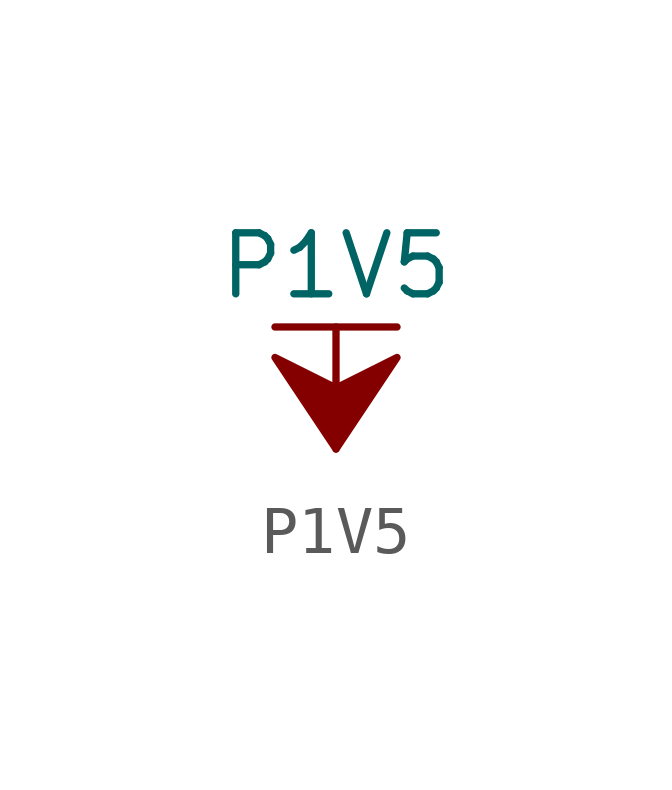
<source format=kicad_sym>
(kicad_symbol_lib
  (version 20211014)
  (generator kicad_symbol_editor)
  (symbol "P1V5"
    (power)
    (pin_names
      (offset 0))
    (property "Reference" "#PWR"
      (at 0 -3.81 0)
      (effects (font (size 1.27 1.27)) hide))
    (property "Value" "P1V5"
      (at 0 3.81 0)
      (effects (font (size 1.27 1.27))))
    (symbol "P1V5_0_1"
      (polyline (pts (xy -1.27 2.54) (xy 1.27 2.54)) (stroke (width 0.152) (type default) (color 0 0 0 0)) (fill (type none)))
      (polyline (pts (xy 0 0) (xy 0 2.54)) (stroke (width 0.152) (type default) (color 0 0 0 0)) (fill (type none)))
      (polyline (pts (xy 0 0) (xy 1.27 1.905) (xy 0 1.27) (xy -1.27 1.905) (xy 0 0)) (stroke (width 0.152) (type default) (color 0 0 0 0)) (fill (type outline))))
    (symbol "P1V5_1_1"
      (pin power_in line (at 0 0 90) (length 0) hide (name "P1V5" (effects (font (size 1.27 1.27)))) (number "1" (effects (font (size 1.27 1.27))))))))
</source>
